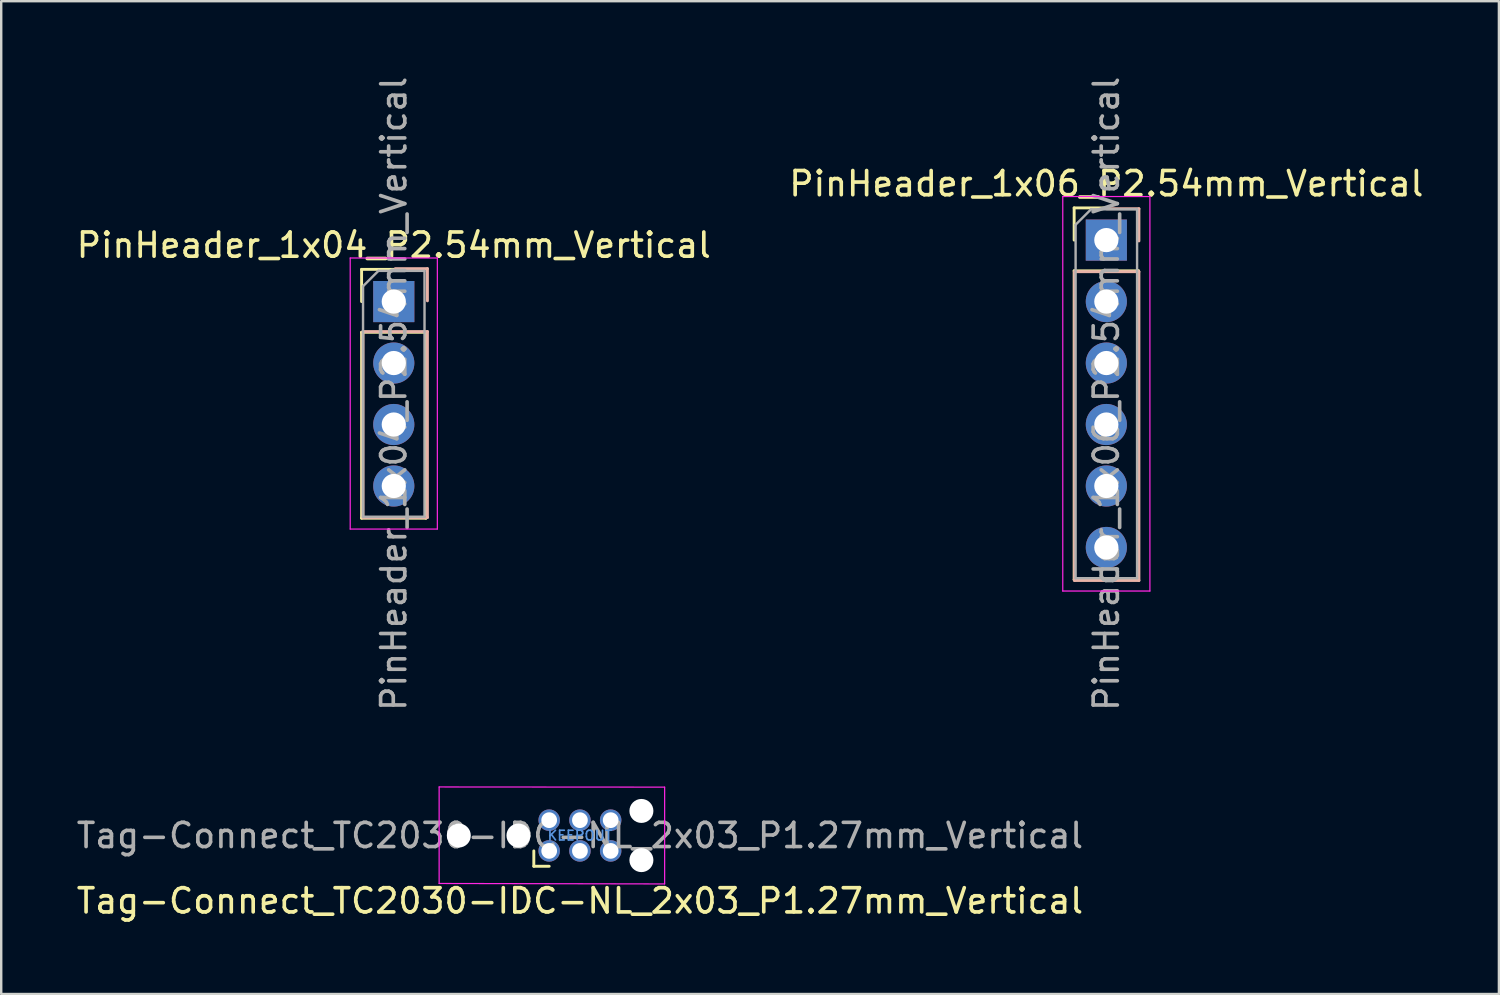
<source format=kicad_pcb>
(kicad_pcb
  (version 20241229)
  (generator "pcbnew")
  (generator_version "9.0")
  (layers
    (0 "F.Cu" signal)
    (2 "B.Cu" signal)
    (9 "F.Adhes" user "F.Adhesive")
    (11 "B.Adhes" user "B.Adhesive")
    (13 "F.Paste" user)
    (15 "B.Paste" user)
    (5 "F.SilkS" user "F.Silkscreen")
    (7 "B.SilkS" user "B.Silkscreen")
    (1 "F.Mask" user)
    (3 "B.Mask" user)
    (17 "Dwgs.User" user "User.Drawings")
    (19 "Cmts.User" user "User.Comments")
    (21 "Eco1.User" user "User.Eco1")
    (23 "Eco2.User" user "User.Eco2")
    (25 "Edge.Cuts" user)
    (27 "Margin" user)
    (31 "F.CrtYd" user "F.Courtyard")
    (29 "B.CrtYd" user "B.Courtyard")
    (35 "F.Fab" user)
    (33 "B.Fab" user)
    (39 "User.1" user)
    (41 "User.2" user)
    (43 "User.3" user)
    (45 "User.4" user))
  (footprint "PinHeader_1x04_P2.54mm_Vertical"
    (layer "F.Cu")
    (at 13.22 9.41)
    (property "Reference" "PinHeader_1x04_P2.54mm_Vertical" (at 0 -2.33 0) (layer "F.SilkS") (effects (font (size 1 1) (thickness 0.15))))
    (attr through_hole)
    (fp_line (start -1.33 -1.33) (end 0 -1.33) (stroke (width 0.12) (type solid)) (layer "F.SilkS"))
    (fp_line (start -1.33 0) (end -1.33 -1.33) (stroke (width 0.12) (type solid)) (layer "F.SilkS"))
    (fp_line (start -1.33 1.27) (end -1.33 8.95) (stroke (width 0.12) (type solid)) (layer "F.SilkS"))
    (fp_line (start -1.33 1.27) (end 1.33 1.27) (stroke (width 0.12) (type solid)) (layer "F.SilkS"))
    (fp_line (start -1.33 8.95) (end 1.33 8.95) (stroke (width 0.12) (type solid)) (layer "F.SilkS"))
    (fp_line (start 1.33 1.27) (end 1.33 8.95) (stroke (width 0.12) (type solid)) (layer "F.SilkS"))
    (fp_line (start -1.27 1.24) (end -1.27 8.92) (stroke (width 0.12) (type solid)) (layer "B.SilkS"))
    (fp_line (start 1.39 -1.36) (end 0.06 -1.36) (stroke (width 0.12) (type solid)) (layer "B.SilkS"))
    (fp_line (start 1.39 -0.03) (end 1.39 -1.36) (stroke (width 0.12) (type solid)) (layer "B.SilkS"))
    (fp_line (start 1.39 1.24) (end -1.27 1.24) (stroke (width 0.12) (type solid)) (layer "B.SilkS"))
    (fp_line (start 1.39 1.24) (end 1.39 8.92) (stroke (width 0.12) (type solid)) (layer "B.SilkS"))
    (fp_line (start 1.39 8.92) (end -1.27 8.92) (stroke (width 0.12) (type solid)) (layer "B.SilkS"))
    (fp_line (start -1.8 -1.8) (end -1.8 9.4) (stroke (width 0.05) (type solid)) (layer "F.CrtYd"))
    (fp_line (start -1.8 9.4) (end 1.8 9.4) (stroke (width 0.05) (type solid)) (layer "F.CrtYd"))
    (fp_line (start 1.8 -1.8) (end -1.8 -1.8) (stroke (width 0.05) (type solid)) (layer "F.CrtYd"))
    (fp_line (start 1.8 9.4) (end 1.8 -1.8) (stroke (width 0.05) (type solid)) (layer "F.CrtYd"))
    (fp_line (start -1.27 -0.635) (end -0.635 -1.27) (stroke (width 0.1) (type solid)) (layer "F.Fab"))
    (fp_line (start -1.27 8.89) (end -1.27 -0.635) (stroke (width 0.1) (type solid)) (layer "F.Fab"))
    (fp_line (start -0.635 -1.27) (end 1.27 -1.27) (stroke (width 0.1) (type solid)) (layer "F.Fab"))
    (fp_line (start 1.27 -1.27) (end 1.27 8.89) (stroke (width 0.1) (type solid)) (layer "F.Fab"))
    (fp_line (start 1.27 8.89) (end -1.27 8.89) (stroke (width 0.1) (type solid)) (layer "F.Fab"))
    (fp_text user "${REFERENCE}" (at 0 3.81 90) (layer "F.Fab") (effects (font (size 1 1) (thickness 0.15))))
    (pad "1" thru_hole rect (at 0 0) (size 1.7 1.7) (drill 1) (layers "*.Cu" "*.Mask"))
    (pad "2" thru_hole oval (at 0 2.54) (size 1.7 1.7) (drill 1) (layers "*.Cu" "*.Mask"))
    (pad "3" thru_hole oval (at 0 5.08) (size 1.7 1.7) (drill 1) (layers "*.Cu" "*.Mask"))
    (pad "4" thru_hole oval (at 0 7.62) (size 1.7 1.7) (drill 1) (layers "*.Cu" "*.Mask")))
  (footprint "PinHeader_1x06_P2.54mm_Vertical"
    (layer "F.Cu")
    (at 42.661 6.87)
    (property "Reference" "PinHeader_1x06_P2.54mm_Vertical" (at 0 -2.33 0) (layer "F.SilkS") (effects (font (size 1 1) (thickness 0.15))))
    (attr through_hole)
    (fp_line (start -1.33 -1.33) (end 0 -1.33) (stroke (width 0.12) (type solid)) (layer "F.SilkS"))
    (fp_line (start -1.33 0) (end -1.33 -1.33) (stroke (width 0.12) (type solid)) (layer "F.SilkS"))
    (fp_line (start -1.33 1.27) (end -1.33 14.03) (stroke (width 0.12) (type solid)) (layer "F.SilkS"))
    (fp_line (start -1.33 1.27) (end 1.33 1.27) (stroke (width 0.12) (type solid)) (layer "F.SilkS"))
    (fp_line (start -1.33 14.03) (end 1.33 14.03) (stroke (width 0.12) (type solid)) (layer "F.SilkS"))
    (fp_line (start 1.33 1.27) (end 1.33 14.03) (stroke (width 0.12) (type solid)) (layer "F.SilkS"))
    (fp_line (start -1.314 1.305) (end -1.314 14.065) (stroke (width 0.12) (type solid)) (layer "B.SilkS"))
    (fp_line (start 1.346 -1.295) (end 0.016 -1.295) (stroke (width 0.12) (type solid)) (layer "B.SilkS"))
    (fp_line (start 1.346 0.035) (end 1.346 -1.295) (stroke (width 0.12) (type solid)) (layer "B.SilkS"))
    (fp_line (start 1.346 1.305) (end -1.314 1.305) (stroke (width 0.12) (type solid)) (layer "B.SilkS"))
    (fp_line (start 1.346 1.305) (end 1.346 14.065) (stroke (width 0.12) (type solid)) (layer "B.SilkS"))
    (fp_line (start 1.346 14.065) (end -1.314 14.065) (stroke (width 0.12) (type solid)) (layer "B.SilkS"))
    (fp_line (start -1.8 -1.8) (end -1.8 14.5) (stroke (width 0.05) (type solid)) (layer "F.CrtYd"))
    (fp_line (start -1.8 14.5) (end 1.8 14.5) (stroke (width 0.05) (type solid)) (layer "F.CrtYd"))
    (fp_line (start 1.8 -1.8) (end -1.8 -1.8) (stroke (width 0.05) (type solid)) (layer "F.CrtYd"))
    (fp_line (start 1.8 14.5) (end 1.8 -1.8) (stroke (width 0.05) (type solid)) (layer "F.CrtYd"))
    (fp_line (start -1.27 -0.635) (end -0.635 -1.27) (stroke (width 0.1) (type solid)) (layer "F.Fab"))
    (fp_line (start -1.27 13.97) (end -1.27 -0.635) (stroke (width 0.1) (type solid)) (layer "F.Fab"))
    (fp_line (start -0.635 -1.27) (end 1.27 -1.27) (stroke (width 0.1) (type solid)) (layer "F.Fab"))
    (fp_line (start 1.27 -1.27) (end 1.27 13.97) (stroke (width 0.1) (type solid)) (layer "F.Fab"))
    (fp_line (start 1.27 13.97) (end -1.27 13.97) (stroke (width 0.1) (type solid)) (layer "F.Fab"))
    (fp_text user "${REFERENCE}" (at 0 6.35 90) (layer "F.Fab") (effects (font (size 1 1) (thickness 0.15))))
    (pad "1" thru_hole rect (at 0 0) (size 1.7 1.7) (drill 1) (layers "*.Cu" "*.Mask"))
    (pad "2" thru_hole oval (at 0 2.54) (size 1.7 1.7) (drill 1) (layers "*.Cu" "*.Mask"))
    (pad "3" thru_hole oval (at 0 5.08) (size 1.7 1.7) (drill 1) (layers "*.Cu" "*.Mask"))
    (pad "4" thru_hole oval (at 0 7.62) (size 1.7 1.7) (drill 1) (layers "*.Cu" "*.Mask"))
    (pad "5" thru_hole oval (at 0 10.16) (size 1.7 1.7) (drill 1) (layers "*.Cu" "*.Mask"))
    (pad "6" thru_hole oval (at 0 12.7) (size 1.7 1.7) (drill 1) (layers "*.Cu" "*.Mask")))
  (footprint "Tag-Connect_TC2030-IDC-NL_2x03_P1.27mm_Vertical"
    (layer "F.Cu")
    (at 20.911 31.472)
    (property "Reference" "Tag-Connect_TC2030-IDC-NL_2x03_P1.27mm_Vertical" (at 0 2.7 0) (layer "F.SilkS") (effects (font (size 1 1) (thickness 0.15))))
    (attr exclude_from_pos_files exclude_from_bom)
    (fp_line (start -1.905 1.27) (end -1.905 0.635) (stroke (width 0.12) (type solid)) (layer "F.SilkS"))
    (fp_line (start -1.27 1.27) (end -1.905 1.27) (stroke (width 0.12) (type solid)) (layer "F.SilkS"))
    (fp_line (start -5.817 -2.007) (end 3.5 -2) (stroke (width 0.05) (type solid)) (layer "F.CrtYd"))
    (fp_line (start -5.817 1.981) (end -5.817 -2.007) (stroke (width 0.05) (type solid)) (layer "F.CrtYd"))
    (fp_line (start 3.5 -2) (end 3.5 2) (stroke (width 0.05) (type solid)) (layer "F.CrtYd"))
    (fp_line (start 3.5 2) (end -5.817 1.981) (stroke (width 0.05) (type solid)) (layer "F.CrtYd"))
    (fp_text user "KEEPOUT" (at 0 0 0) (layer "Cmts.User") (effects (font (size 0.4 0.4) (thickness 0.07))))
    (fp_text user "${REFERENCE}" (at 0 0 0) (layer "F.Fab") (effects (font (size 1 1) (thickness 0.15))))
    (pad "" np_thru_hole circle (at -5.004 0) (size 0.991 0.991) (drill 0.991) (layers "*.Cu" "*.Mask"))
    (pad "" np_thru_hole circle (at -2.54 0) (size 0.991 0.991) (drill 0.991) (layers "*.Cu" "*.Mask"))
    (pad "" np_thru_hole circle (at 2.54 -1.016) (size 0.991 0.991) (drill 0.991) (layers "*.Cu" "*.Mask"))
    (pad "" np_thru_hole circle (at 2.54 1.016) (size 0.991 0.991) (drill 0.991) (layers "*.Cu" "*.Mask"))
    (pad "1" thru_hole circle (at -1.27 0.635) (size 0.889 0.889) (drill 0.65) (layers "*.Cu" "*.Mask"))
    (pad "2" thru_hole circle (at -1.27 -0.635) (size 0.889 0.889) (drill 0.65) (layers "*.Cu" "*.Mask"))
    (pad "3" thru_hole circle (at 0 0.635) (size 0.889 0.889) (drill 0.65) (layers "*.Cu" "*.Mask"))
    (pad "4" thru_hole circle (at 0 -0.635) (size 0.889 0.889) (drill 0.65) (layers "*.Cu" "*.Mask"))
    (pad "5" thru_hole circle (at 1.27 0.635) (size 0.889 0.889) (drill 0.65) (layers "*.Cu" "*.Mask"))
    (pad "6" thru_hole circle (at 1.27 -0.635) (size 0.889 0.889) (drill 0.65) (layers "*.Cu" "*.Mask"))
    (zone (net_name "") (layer "F.Cu") (hatch full 0.508) (connect_pads) (min_thickness 0.254) (filled_areas_thickness no) (keepout (tracks allowed) (vias not_allowed) (pads allowed) (copperpour not_allowed) (footprints not_allowed)) (placement (enabled no)) (fill) (polygon (pts (xy 22.181 30.837) (xy 19.641 30.837) (xy 19.641 32.107) (xy 22.181 32.107)))))
  (gr_rect
    (start -3 -3)
    (end 58.881 38.02)
    (stroke (width 0.1) (type default))
    (fill no)
    (layer "Edge.Cuts")))
</source>
